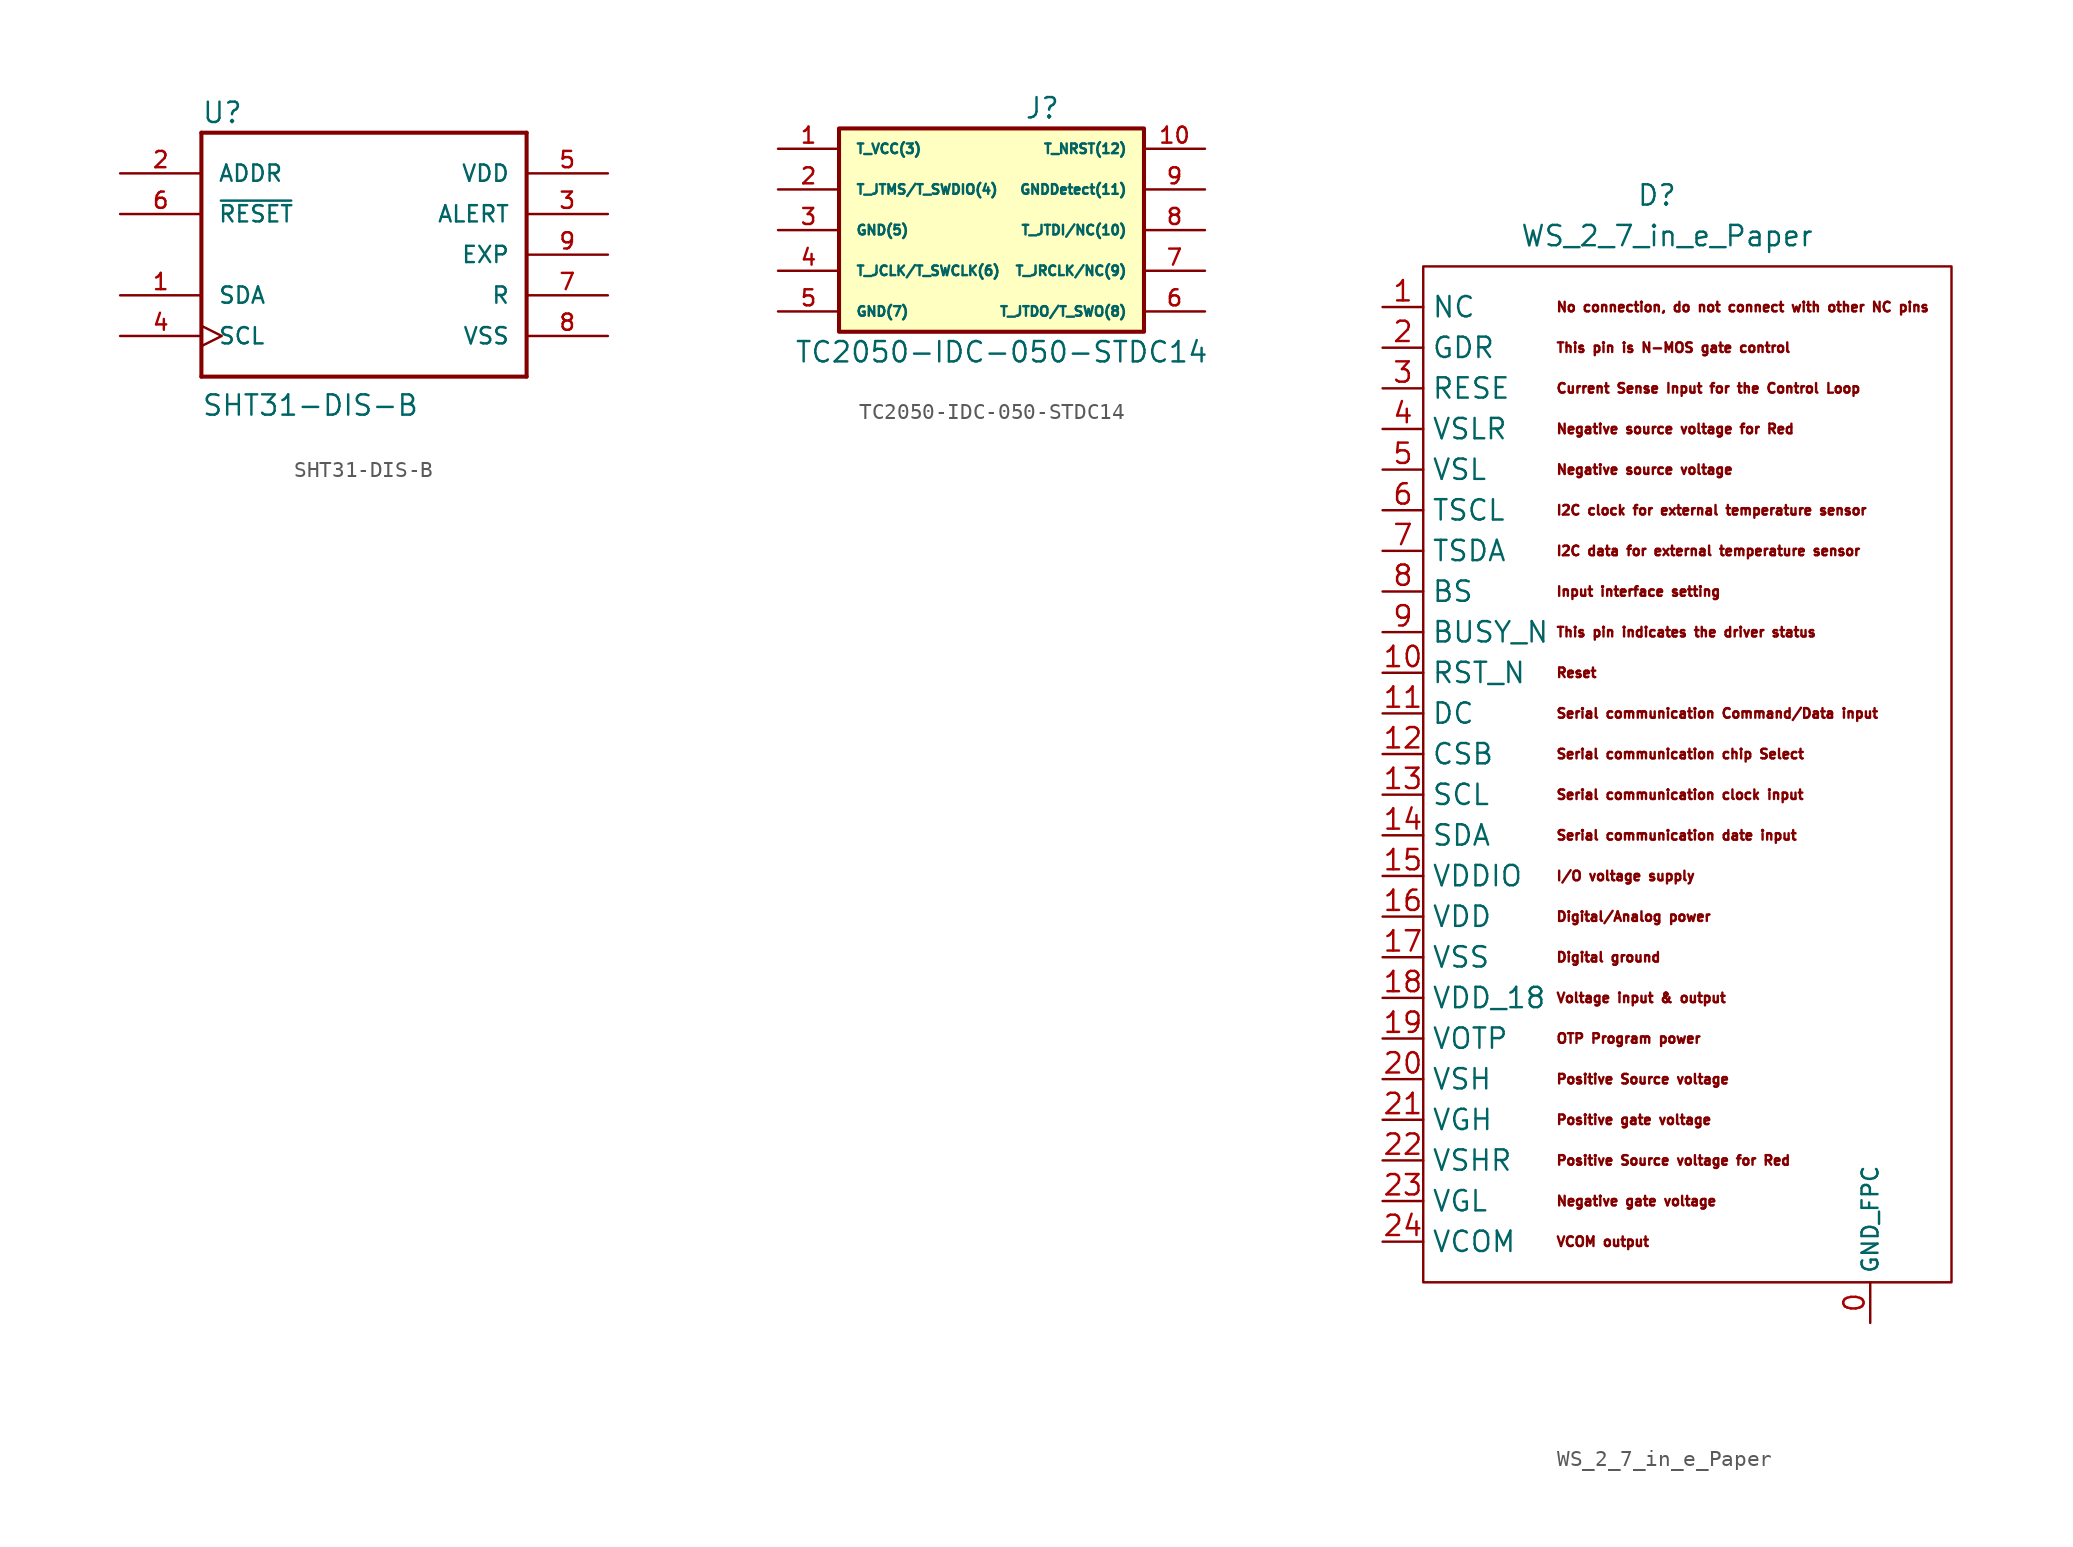
<source format=kicad_sym>
(kicad_symbol_lib
  (version 20220914)
  (generator kicad_symbol_editor)
  (symbol "SHT31-DIS-B"
    (pin_names
      (offset 1.016))
    (property "Reference" "U"
      (at -10.16 8.128 0)
      (effects (font (size 1.27 1.27)) (justify left bottom)))
    (property "Value" "SHT31-DIS-B"
      (at -10.16 -10.16 0)
      (effects (font (size 1.27 1.27)) (justify left bottom)))
    (property "ki_locked" ""
      (at 0 0 0)
      (effects (font (size 1.27 1.27))))
    (symbol "SHT31-DIS-B_0_0"
      (polyline (pts (xy -10.16 -7.62) (xy -10.16 7.62)) (stroke (width 0.254) (type default)) (fill (type none)))
      (polyline (pts (xy -10.16 7.62) (xy 10.16 7.62)) (stroke (width 0.254) (type default)) (fill (type none)))
      (polyline (pts (xy 10.16 -7.62) (xy -10.16 -7.62)) (stroke (width 0.254) (type default)) (fill (type none)))
      (polyline (pts (xy 10.16 7.62) (xy 10.16 -7.62)) (stroke (width 0.254) (type default)) (fill (type none)))
      (pin bidirectional line (at -15.24 -2.54 0) (length 5.08) (name "SDA" (effects (font (size 1.016 1.016)))) (number "1" (effects (font (size 1.016 1.016)))))
      (pin input line (at -15.24 5.08 0) (length 5.08) (name "ADDR" (effects (font (size 1.016 1.016)))) (number "2" (effects (font (size 1.016 1.016)))))
      (pin output line (at 15.24 2.54 180) (length 5.08) (name "ALERT" (effects (font (size 1.016 1.016)))) (number "3" (effects (font (size 1.016 1.016)))))
      (pin bidirectional clock (at -15.24 -5.08 0) (length 5.08) (name "SCL" (effects (font (size 1.016 1.016)))) (number "4" (effects (font (size 1.016 1.016)))))
      (pin power_in line (at 15.24 5.08 180) (length 5.08) (name "VDD" (effects (font (size 1.016 1.016)))) (number "5" (effects (font (size 1.016 1.016)))))
      (pin input line (at -15.24 2.54 0) (length 5.08) (name "~{RESET}" (effects (font (size 1.016 1.016)))) (number "6" (effects (font (size 1.016 1.016)))))
      (pin power_in line (at 15.24 -2.54 180) (length 5.08) (name "R" (effects (font (size 1.016 1.016)))) (number "7" (effects (font (size 1.016 1.016)))))
      (pin power_in line (at 15.24 -5.08 180) (length 5.08) (name "VSS" (effects (font (size 1.016 1.016)))) (number "8" (effects (font (size 1.016 1.016)))))
      (pin power_in line (at 15.24 0 180) (length 5.08) (name "EXP" (effects (font (size 1.016 1.016)))) (number "9" (effects (font (size 1.016 1.016)))))))
  (symbol "TC2050-IDC-050-STDC14"
    (pin_names
      (offset 1.016))
    (property "Reference" "J"
      (at 3.81 7.62 0)
      (effects (font (size 1.27 1.27))))
    (property "Value" "TC2050-IDC-050-STDC14"
      (at 1.27 -7.62 0)
      (effects (font (size 1.27 1.27))))
    (symbol "TC2050-IDC-050-STDC14_1_1"
      (rectangle (start -8.89 6.35) (end 10.16 -6.35) (stroke (width 0.254) (type default)) (fill (type background)))
      (pin passive line (at -12.7 5.08 0) (length 3.81) (name "T_VCC(3)" (effects (font (size 0.6 0.6)))) (number "1" (effects (font (size 1 1)))))
      (pin passive line (at 13.97 5.08 180) (length 3.81) (name "T_NRST(12)" (effects (font (size 0.6 0.6)))) (number "10" (effects (font (size 1 1)))))
      (pin passive line (at -12.7 2.54 0) (length 3.81) (name "T_JTMS/T_SWDIO(4)" (effects (font (size 0.6 0.6)))) (number "2" (effects (font (size 1 1)))))
      (pin passive line (at -12.7 0 0) (length 3.81) (name "GND(5)" (effects (font (size 0.6 0.6)))) (number "3" (effects (font (size 1 1)))))
      (pin passive line (at -12.7 -2.54 0) (length 3.81) (name "T_JCLK/T_SWCLK(6)" (effects (font (size 0.6 0.6)))) (number "4" (effects (font (size 1 1)))))
      (pin passive line (at -12.7 -5.08 0) (length 3.81) (name "GND(7)" (effects (font (size 0.6 0.6)))) (number "5" (effects (font (size 1 1)))))
      (pin passive line (at 13.97 -5.08 180) (length 3.81) (name "T_JTDO/T_SWO(8)" (effects (font (size 0.6 0.6)))) (number "6" (effects (font (size 1 1)))))
      (pin passive line (at 13.97 -2.54 180) (length 3.81) (name "T_JRCLK/NC(9)" (effects (font (size 0.6 0.6)))) (number "7" (effects (font (size 1 1)))))
      (pin passive line (at 13.97 0 180) (length 3.81) (name "T_JTDI/NC(10)" (effects (font (size 0.6 0.6)))) (number "8" (effects (font (size 1 1)))))
      (pin passive line (at 13.97 2.54 180) (length 3.81) (name "GNDDetect(11)" (effects (font (size 0.6 0.6)))) (number "9" (effects (font (size 1 1)))))))
  (symbol "WS_2_7_in_e_Paper"
    (property "Reference" "D"
      (at -1.905 36.195 0)
      (effects (font (size 1.27 1.27))))
    (property "Value" "WS_2_7_in_e_Paper"
      (at -1.27 33.655 0)
      (effects (font (size 1.27 1.27))))
    (symbol "WS_2_7_in_e_Paper_0_0"
      (text "Current Sense Input for the Control Loop" (at -8.255 24.13 0) (effects (font (size 0.6 0.6)) (justify left)))
      (text "Digital ground" (at -8.255 -11.43 0) (effects (font (size 0.6 0.6)) (justify left)))
      (text "Digital/Analog power " (at -8.255 -8.89 0) (effects (font (size 0.6 0.6)) (justify left)))
      (text "I/O voltage supply" (at -8.255 -6.35 0) (effects (font (size 0.6 0.6)) (justify left)))
      (text "I2C clock for external temperature sensor " (at -8.255 16.51 0) (effects (font (size 0.6 0.6)) (justify left)))
      (text "I2C data for external temperature sensor " (at -8.255 13.97 0) (effects (font (size 0.6 0.6)) (justify left)))
      (text "Input interface setting " (at -8.255 11.43 0) (effects (font (size 0.6 0.6)) (justify left)))
      (text "Negative gate voltage" (at -8.255 -26.67 0) (effects (font (size 0.6 0.6)) (justify left)))
      (text "Negative source voltage" (at -8.255 19.05 0) (effects (font (size 0.6 0.6)) (justify left)))
      (text "Negative source voltage for Red" (at -8.255 21.59 0) (effects (font (size 0.6 0.6)) (justify left)))
      (text "No connection, do not connect with other NC pins" (at -8.255 29.21 0) (effects (font (size 0.6 0.6)) (justify left)))
      (text "OTP Program power" (at -8.255 -16.51 0) (effects (font (size 0.6 0.6)) (justify left)))
      (text "Positive gate voltage" (at -8.255 -21.59 0) (effects (font (size 0.6 0.6)) (justify left)))
      (text "Positive Source voltage" (at -8.255 -19.05 0) (effects (font (size 0.6 0.6)) (justify left)))
      (text "Positive Source voltage for Red" (at -8.255 -24.13 0) (effects (font (size 0.6 0.6)) (justify left)))
      (text "Reset" (at -8.255 6.35 0) (effects (font (size 0.6 0.6)) (justify left)))
      (text "Serial communication chip Select" (at -8.255 1.27 0) (effects (font (size 0.6 0.6)) (justify left)))
      (text "Serial communication clock input" (at -8.255 -1.27 0) (effects (font (size 0.6 0.6)) (justify left)))
      (text "Serial communication Command/Data input" (at -8.255 3.81 0) (effects (font (size 0.6 0.6)) (justify left)))
      (text "Serial communication date input" (at -8.255 -3.81 0) (effects (font (size 0.6 0.6)) (justify left)))
      (text "This pin indicates the driver status " (at -8.255 8.89 0) (effects (font (size 0.6 0.6)) (justify left)))
      (text "This pin is N-MOS gate control " (at -8.255 26.67 0) (effects (font (size 0.6 0.6)) (justify left)))
      (text "VCOM output" (at -8.255 -29.21 0) (effects (font (size 0.6 0.6)) (justify left)))
      (text "Voltage input & output" (at -8.255 -13.97 0) (effects (font (size 0.6 0.6)) (justify left)))
      (pin power_in line (at 11.43 -34.29 90) (length 2.54) (name "GND_FPC" (effects (font (size 1 1)))) (number "0" (effects (font (size 1.27 1.27)))))
      (pin free line (at -19.05 29.21 0) (length 2.54) (name "NC" (effects (font (size 1.27 1.27)))) (number "1" (effects (font (size 1.27 1.27)))))
      (pin input line (at -19.05 6.35 0) (length 2.54) (name "RST_N" (effects (font (size 1.27 1.27)))) (number "10" (effects (font (size 1.27 1.27)))))
      (pin input line (at -19.05 3.81 0) (length 2.54) (name "DC" (effects (font (size 1.27 1.27)))) (number "11" (effects (font (size 1.27 1.27)))))
      (pin input line (at -19.05 1.27 0) (length 2.54) (name "CSB" (effects (font (size 1.27 1.27)))) (number "12" (effects (font (size 1.27 1.27)))))
      (pin input line (at -19.05 -1.27 0) (length 2.54) (name "SCL" (effects (font (size 1.27 1.27)))) (number "13" (effects (font (size 1.27 1.27)))))
      (pin bidirectional line (at -19.05 -3.81 0) (length 2.54) (name "SDA" (effects (font (size 1.27 1.27)))) (number "14" (effects (font (size 1.27 1.27)))))
      (pin power_in line (at -19.05 -6.35 0) (length 2.54) (name "VDDIO" (effects (font (size 1.27 1.27)))) (number "15" (effects (font (size 1.27 1.27)))))
      (pin power_in line (at -19.05 -8.89 0) (length 2.54) (name "VDD" (effects (font (size 1.27 1.27)))) (number "16" (effects (font (size 1.27 1.27)))))
      (pin power_in line (at -19.05 -11.43 0) (length 2.54) (name "VSS" (effects (font (size 1.27 1.27)))) (number "17" (effects (font (size 1.27 1.27)))))
      (pin power_out line (at -19.05 -13.97 0) (length 2.54) (name "VDD_18" (effects (font (size 1.27 1.27)))) (number "18" (effects (font (size 1.27 1.27)))))
      (pin power_out line (at -19.05 -16.51 0) (length 2.54) (name "VOTP" (effects (font (size 1.27 1.27)))) (number "19" (effects (font (size 1.27 1.27)))))
      (pin power_out line (at -19.05 26.67 0) (length 2.54) (name "GDR" (effects (font (size 1.27 1.27)))) (number "2" (effects (font (size 1.27 1.27)))))
      (pin power_out line (at -19.05 -19.05 0) (length 2.54) (name "VSH" (effects (font (size 1.27 1.27)))) (number "20" (effects (font (size 1.27 1.27)))))
      (pin power_in line (at -19.05 -21.59 0) (length 2.54) (name "VGH" (effects (font (size 1.27 1.27)))) (number "21" (effects (font (size 1.27 1.27)))))
      (pin power_out line (at -19.05 -24.13 0) (length 2.54) (name "VSHR" (effects (font (size 1.27 1.27)))) (number "22" (effects (font (size 1.27 1.27)))))
      (pin power_out line (at -19.05 -26.67 0) (length 2.54) (name "VGL" (effects (font (size 1.27 1.27)))) (number "23" (effects (font (size 1.27 1.27)))))
      (pin power_out line (at -19.05 -29.21 0) (length 2.54) (name "VCOM" (effects (font (size 1.27 1.27)))) (number "24" (effects (font (size 1.27 1.27)))))
      (pin input line (at -19.05 24.13 0) (length 2.54) (name "RESE" (effects (font (size 1.27 1.27)))) (number "3" (effects (font (size 1.27 1.27)))))
      (pin power_out line (at -19.05 21.59 0) (length 2.54) (name "VSLR" (effects (font (size 1.27 1.27)))) (number "4" (effects (font (size 1.27 1.27)))))
      (pin power_out line (at -19.05 19.05 0) (length 2.54) (name "VSL" (effects (font (size 1.27 1.27)))) (number "5" (effects (font (size 1.27 1.27)))))
      (pin output line (at -19.05 16.51 0) (length 2.54) (name "TSCL" (effects (font (size 1.27 1.27)))) (number "6" (effects (font (size 1.27 1.27)))))
      (pin bidirectional line (at -19.05 13.97 0) (length 2.54) (name "TSDA" (effects (font (size 1.27 1.27)))) (number "7" (effects (font (size 1.27 1.27)))))
      (pin input line (at -19.05 11.43 0) (length 2.54) (name "BS" (effects (font (size 1.27 1.27)))) (number "8" (effects (font (size 1.27 1.27)))))
      (pin output line (at -19.05 8.89 0) (length 2.54) (name "BUSY_N" (effects (font (size 1.27 1.27)))) (number "9" (effects (font (size 1.27 1.27))))))
    (symbol "WS_2_7_in_e_Paper_0_1"
      (rectangle (start -16.51 31.75) (end 16.51 -31.75) (stroke (width 0) (type default)) (fill (type none))))))
</source>
